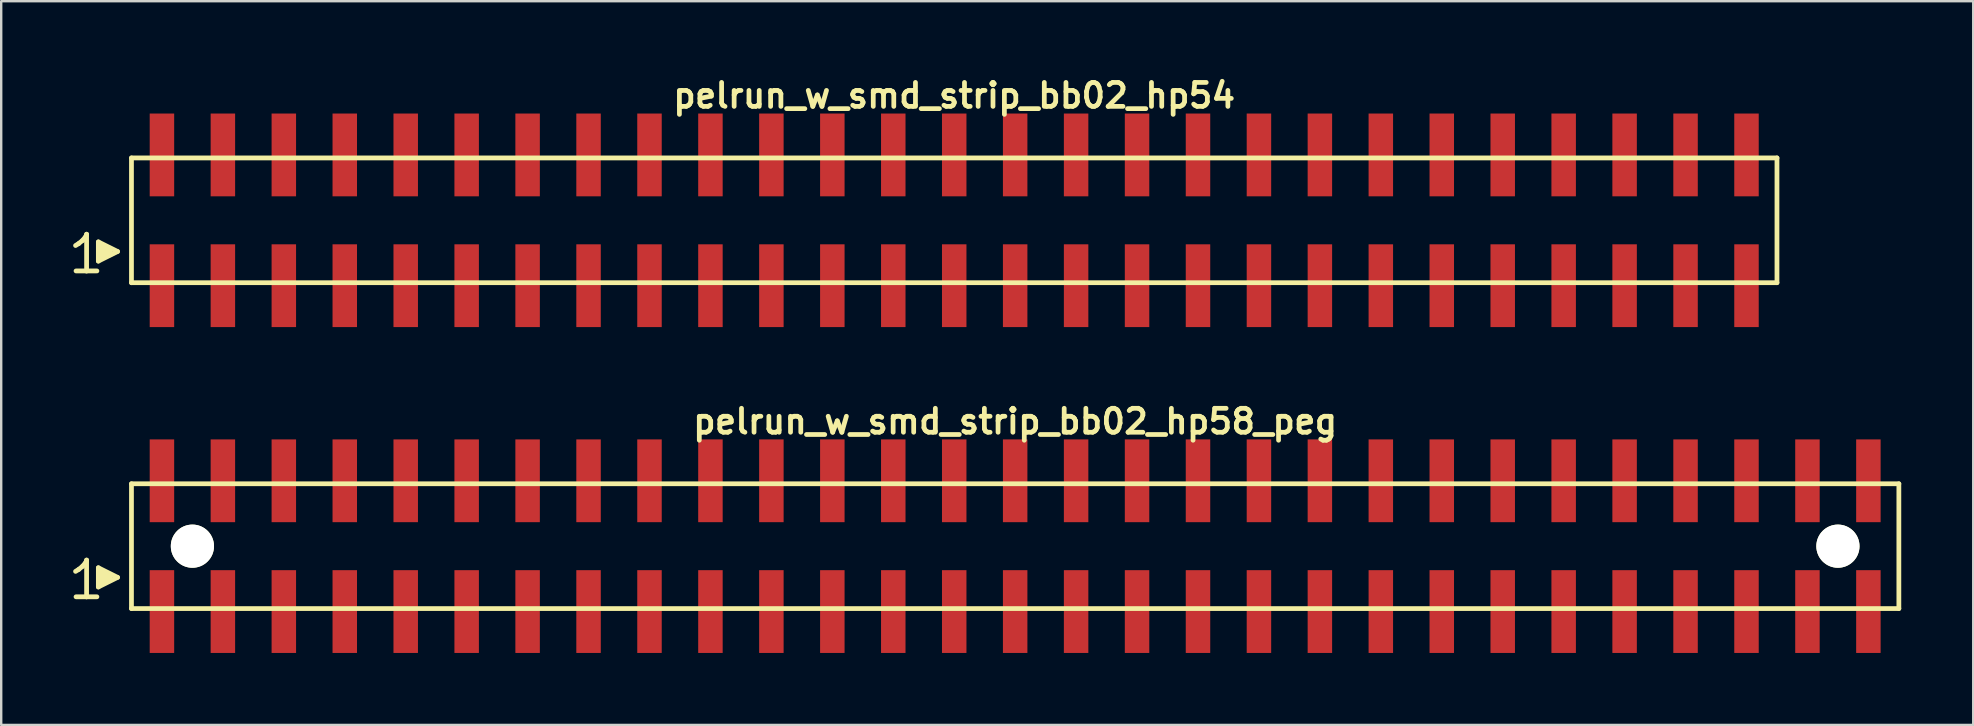
<source format=kicad_pcb>
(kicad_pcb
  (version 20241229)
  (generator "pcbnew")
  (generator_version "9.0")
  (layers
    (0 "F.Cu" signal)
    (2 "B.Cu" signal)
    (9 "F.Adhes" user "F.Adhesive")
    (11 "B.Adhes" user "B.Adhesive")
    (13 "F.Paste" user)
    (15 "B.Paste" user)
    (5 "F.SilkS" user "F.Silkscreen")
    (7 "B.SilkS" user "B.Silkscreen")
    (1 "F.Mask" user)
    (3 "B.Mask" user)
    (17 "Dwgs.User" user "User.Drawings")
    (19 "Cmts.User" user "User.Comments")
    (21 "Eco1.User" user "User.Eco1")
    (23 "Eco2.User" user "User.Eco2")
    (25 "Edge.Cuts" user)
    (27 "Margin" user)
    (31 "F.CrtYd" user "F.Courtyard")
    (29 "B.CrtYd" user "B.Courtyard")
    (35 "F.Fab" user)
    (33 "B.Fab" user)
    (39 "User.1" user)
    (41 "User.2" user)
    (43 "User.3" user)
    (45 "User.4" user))
  (footprint "pelrun_w_smd_strip_bb02_hp58_peg"
    (layer "F.Cu")
    (at 39.259 19.713)
    (property "Reference" "pelrun_w_smd_strip_bb02_hp58_peg" (at 0 -5.2 0) (layer "F.SilkS") (effects (font (size 0.998 0.998) (thickness 0.198))))
    (attr through_hole)
    (fp_line (start -39.16 1.05) (end -39.03 0.97) (stroke (width 0.198) (type solid)) (layer "F.SilkS"))
    (fp_line (start -39.03 0.97) (end -38.87 0.84) (stroke (width 0.198) (type solid)) (layer "F.SilkS"))
    (fp_line (start -38.87 0.84) (end -38.73 0.67) (stroke (width 0.198) (type solid)) (layer "F.SilkS"))
    (fp_line (start -38.73 0.67) (end -38.7 0.58) (stroke (width 0.198) (type solid)) (layer "F.SilkS"))
    (fp_line (start -38.7 0.58) (end -38.7 2.11) (stroke (width 0.198) (type solid)) (layer "F.SilkS"))
    (fp_line (start -38.7 2.11) (end -39.14 2.11) (stroke (width 0.198) (type solid)) (layer "F.SilkS"))
    (fp_line (start -38.27 2.11) (end -38.71 2.11) (stroke (width 0.198) (type solid)) (layer "F.SilkS"))
    (fp_line (start -38.21 0.9) (end -37.41 1.3) (stroke (width 0.198) (type solid)) (layer "F.SilkS"))
    (fp_line (start -38.21 1.7) (end -38.21 0.9) (stroke (width 0.198) (type solid)) (layer "F.SilkS"))
    (fp_line (start -38.11 1.6) (end -38.11 1) (stroke (width 0.198) (type solid)) (layer "F.SilkS"))
    (fp_line (start -38.01 1.1) (end -38.01 1.5) (stroke (width 0.198) (type solid)) (layer "F.SilkS"))
    (fp_line (start -37.91 1.5) (end -37.91 1.1) (stroke (width 0.198) (type solid)) (layer "F.SilkS"))
    (fp_line (start -37.81 1.2) (end -37.81 1.4) (stroke (width 0.198) (type solid)) (layer "F.SilkS"))
    (fp_line (start -37.71 1.4) (end -37.71 1.2) (stroke (width 0.198) (type solid)) (layer "F.SilkS"))
    (fp_line (start -37.41 1.3) (end -38.21 1.7) (stroke (width 0.198) (type solid)) (layer "F.SilkS"))
    (fp_line (start -36.83 -2.6) (end -36.83 2.6) (stroke (width 0.198) (type solid)) (layer "F.SilkS"))
    (fp_line (start -36.83 -2.6) (end 36.83 -2.6) (stroke (width 0.198) (type solid)) (layer "F.SilkS"))
    (fp_line (start 36.83 2.6) (end -36.83 2.6) (stroke (width 0.198) (type solid)) (layer "F.SilkS"))
    (fp_line (start 36.83 2.6) (end 36.83 -2.6) (stroke (width 0.198) (type solid)) (layer "F.SilkS"))
    (pad "" np_thru_hole circle (at -34.29 0) (size 1.8 1.8) (drill 1.8) (layers "*.Cu" "*.Mask" "F.SilkS"))
    (pad "" np_thru_hole circle (at 34.29 0) (size 1.8 1.8) (drill 1.8) (layers "*.Cu" "*.Mask" "F.SilkS"))
    (pad "1" smd rect (at -35.56 2.725) (size 1.02 3.45) (layers "F.Cu" "F.Mask" "F.Paste"))
    (pad "2" smd rect (at -35.56 -2.725) (size 1.02 3.45) (layers "F.Cu" "F.Mask" "F.Paste"))
    (pad "3" smd rect (at -33.02 2.725) (size 1.02 3.45) (layers "F.Cu" "F.Mask" "F.Paste"))
    (pad "4" smd rect (at -33.02 -2.725) (size 1.02 3.45) (layers "F.Cu" "F.Mask" "F.Paste"))
    (pad "5" smd rect (at -30.48 2.725) (size 1.02 3.45) (layers "F.Cu" "F.Mask" "F.Paste"))
    (pad "6" smd rect (at -30.48 -2.725) (size 1.02 3.45) (layers "F.Cu" "F.Mask" "F.Paste"))
    (pad "7" smd rect (at -27.94 2.725) (size 1.02 3.45) (layers "F.Cu" "F.Mask" "F.Paste"))
    (pad "8" smd rect (at -27.94 -2.725) (size 1.02 3.45) (layers "F.Cu" "F.Mask" "F.Paste"))
    (pad "9" smd rect (at -25.4 2.725) (size 1.02 3.45) (layers "F.Cu" "F.Mask" "F.Paste"))
    (pad "10" smd rect (at -25.4 -2.725) (size 1.02 3.45) (layers "F.Cu" "F.Mask" "F.Paste"))
    (pad "11" smd rect (at -22.86 2.725) (size 1.02 3.45) (layers "F.Cu" "F.Mask" "F.Paste"))
    (pad "12" smd rect (at -22.86 -2.725) (size 1.02 3.45) (layers "F.Cu" "F.Mask" "F.Paste"))
    (pad "13" smd rect (at -20.32 2.725) (size 1.02 3.45) (layers "F.Cu" "F.Mask" "F.Paste"))
    (pad "14" smd rect (at -20.32 -2.725) (size 1.02 3.45) (layers "F.Cu" "F.Mask" "F.Paste"))
    (pad "15" smd rect (at -17.78 2.725) (size 1.02 3.45) (layers "F.Cu" "F.Mask" "F.Paste"))
    (pad "16" smd rect (at -17.78 -2.725) (size 1.02 3.45) (layers "F.Cu" "F.Mask" "F.Paste"))
    (pad "17" smd rect (at -15.24 2.725) (size 1.02 3.45) (layers "F.Cu" "F.Mask" "F.Paste"))
    (pad "18" smd rect (at -15.24 -2.725) (size 1.02 3.45) (layers "F.Cu" "F.Mask" "F.Paste"))
    (pad "19" smd rect (at -12.7 2.725) (size 1.02 3.45) (layers "F.Cu" "F.Mask" "F.Paste"))
    (pad "20" smd rect (at -12.7 -2.725) (size 1.02 3.45) (layers "F.Cu" "F.Mask" "F.Paste"))
    (pad "21" smd rect (at -10.16 2.725) (size 1.02 3.45) (layers "F.Cu" "F.Mask" "F.Paste"))
    (pad "22" smd rect (at -10.16 -2.725) (size 1.02 3.45) (layers "F.Cu" "F.Mask" "F.Paste"))
    (pad "23" smd rect (at -7.62 2.725) (size 1.02 3.45) (layers "F.Cu" "F.Mask" "F.Paste"))
    (pad "24" smd rect (at -7.62 -2.725) (size 1.02 3.45) (layers "F.Cu" "F.Mask" "F.Paste"))
    (pad "25" smd rect (at -5.08 2.725) (size 1.02 3.45) (layers "F.Cu" "F.Mask" "F.Paste"))
    (pad "26" smd rect (at -5.08 -2.725) (size 1.02 3.45) (layers "F.Cu" "F.Mask" "F.Paste"))
    (pad "27" smd rect (at -2.54 2.725) (size 1.02 3.45) (layers "F.Cu" "F.Mask" "F.Paste"))
    (pad "28" smd rect (at -2.54 -2.725) (size 1.02 3.45) (layers "F.Cu" "F.Mask" "F.Paste"))
    (pad "29" smd rect (at 0 2.725) (size 1.02 3.45) (layers "F.Cu" "F.Mask" "F.Paste"))
    (pad "30" smd rect (at 0 -2.725) (size 1.02 3.45) (layers "F.Cu" "F.Mask" "F.Paste"))
    (pad "31" smd rect (at 2.54 2.725) (size 1.02 3.45) (layers "F.Cu" "F.Mask" "F.Paste"))
    (pad "32" smd rect (at 2.54 -2.725) (size 1.02 3.45) (layers "F.Cu" "F.Mask" "F.Paste"))
    (pad "33" smd rect (at 5.08 2.725) (size 1.02 3.45) (layers "F.Cu" "F.Mask" "F.Paste"))
    (pad "34" smd rect (at 5.08 -2.725) (size 1.02 3.45) (layers "F.Cu" "F.Mask" "F.Paste"))
    (pad "35" smd rect (at 7.62 2.725) (size 1.02 3.45) (layers "F.Cu" "F.Mask" "F.Paste"))
    (pad "36" smd rect (at 7.62 -2.725) (size 1.02 3.45) (layers "F.Cu" "F.Mask" "F.Paste"))
    (pad "37" smd rect (at 10.16 2.725) (size 1.02 3.45) (layers "F.Cu" "F.Mask" "F.Paste"))
    (pad "38" smd rect (at 10.16 -2.725) (size 1.02 3.45) (layers "F.Cu" "F.Mask" "F.Paste"))
    (pad "39" smd rect (at 12.7 2.725) (size 1.02 3.45) (layers "F.Cu" "F.Mask" "F.Paste"))
    (pad "40" smd rect (at 12.7 -2.725) (size 1.02 3.45) (layers "F.Cu" "F.Mask" "F.Paste"))
    (pad "41" smd rect (at 15.24 2.725) (size 1.02 3.45) (layers "F.Cu" "F.Mask" "F.Paste"))
    (pad "42" smd rect (at 15.24 -2.725) (size 1.02 3.45) (layers "F.Cu" "F.Mask" "F.Paste"))
    (pad "43" smd rect (at 17.78 2.725) (size 1.02 3.45) (layers "F.Cu" "F.Mask" "F.Paste"))
    (pad "44" smd rect (at 17.78 -2.725) (size 1.02 3.45) (layers "F.Cu" "F.Mask" "F.Paste"))
    (pad "45" smd rect (at 20.32 2.725) (size 1.02 3.45) (layers "F.Cu" "F.Mask" "F.Paste"))
    (pad "46" smd rect (at 20.32 -2.725) (size 1.02 3.45) (layers "F.Cu" "F.Mask" "F.Paste"))
    (pad "47" smd rect (at 22.86 2.725) (size 1.02 3.45) (layers "F.Cu" "F.Mask" "F.Paste"))
    (pad "48" smd rect (at 22.86 -2.725) (size 1.02 3.45) (layers "F.Cu" "F.Mask" "F.Paste"))
    (pad "49" smd rect (at 25.4 2.725) (size 1.02 3.45) (layers "F.Cu" "F.Mask" "F.Paste"))
    (pad "50" smd rect (at 25.4 -2.725) (size 1.02 3.45) (layers "F.Cu" "F.Mask" "F.Paste"))
    (pad "51" smd rect (at 27.94 2.725) (size 1.02 3.45) (layers "F.Cu" "F.Mask" "F.Paste"))
    (pad "52" smd rect (at 27.94 -2.725) (size 1.02 3.45) (layers "F.Cu" "F.Mask" "F.Paste"))
    (pad "53" smd rect (at 30.48 2.725) (size 1.02 3.45) (layers "F.Cu" "F.Mask" "F.Paste"))
    (pad "54" smd rect (at 30.48 -2.725) (size 1.02 3.45) (layers "F.Cu" "F.Mask" "F.Paste"))
    (pad "55" smd rect (at 33.02 2.725) (size 1.02 3.45) (layers "F.Cu" "F.Mask" "F.Paste"))
    (pad "56" smd rect (at 33.02 -2.725) (size 1.02 3.45) (layers "F.Cu" "F.Mask" "F.Paste"))
    (pad "57" smd rect (at 35.56 2.725) (size 1.02 3.45) (layers "F.Cu" "F.Mask" "F.Paste"))
    (pad "58" smd rect (at 35.56 -2.725) (size 1.02 3.45) (layers "F.Cu" "F.Mask" "F.Paste")))
  (footprint "pelrun_w_smd_strip_bb02_hp54"
    (layer "F.Cu")
    (at 36.719 6.132)
    (property "Reference" "pelrun_w_smd_strip_bb02_hp54" (at 0 -5.2 0) (layer "F.SilkS") (effects (font (size 0.998 0.998) (thickness 0.198))))
    (attr through_hole)
    (fp_line (start -36.62 1.05) (end -36.49 0.97) (stroke (width 0.198) (type solid)) (layer "F.SilkS"))
    (fp_line (start -36.49 0.97) (end -36.33 0.84) (stroke (width 0.198) (type solid)) (layer "F.SilkS"))
    (fp_line (start -36.33 0.84) (end -36.19 0.67) (stroke (width 0.198) (type solid)) (layer "F.SilkS"))
    (fp_line (start -36.19 0.67) (end -36.16 0.58) (stroke (width 0.198) (type solid)) (layer "F.SilkS"))
    (fp_line (start -36.16 0.58) (end -36.16 2.11) (stroke (width 0.198) (type solid)) (layer "F.SilkS"))
    (fp_line (start -36.16 2.11) (end -36.6 2.11) (stroke (width 0.198) (type solid)) (layer "F.SilkS"))
    (fp_line (start -35.73 2.11) (end -36.17 2.11) (stroke (width 0.198) (type solid)) (layer "F.SilkS"))
    (fp_line (start -35.67 0.9) (end -34.87 1.3) (stroke (width 0.198) (type solid)) (layer "F.SilkS"))
    (fp_line (start -35.67 1.7) (end -35.67 0.9) (stroke (width 0.198) (type solid)) (layer "F.SilkS"))
    (fp_line (start -35.57 1.6) (end -35.57 1) (stroke (width 0.198) (type solid)) (layer "F.SilkS"))
    (fp_line (start -35.47 1.1) (end -35.47 1.5) (stroke (width 0.198) (type solid)) (layer "F.SilkS"))
    (fp_line (start -35.37 1.5) (end -35.37 1.1) (stroke (width 0.198) (type solid)) (layer "F.SilkS"))
    (fp_line (start -35.27 1.2) (end -35.27 1.4) (stroke (width 0.198) (type solid)) (layer "F.SilkS"))
    (fp_line (start -35.17 1.4) (end -35.17 1.2) (stroke (width 0.198) (type solid)) (layer "F.SilkS"))
    (fp_line (start -34.87 1.3) (end -35.67 1.7) (stroke (width 0.198) (type solid)) (layer "F.SilkS"))
    (fp_line (start -34.29 -2.6) (end -34.29 2.6) (stroke (width 0.198) (type solid)) (layer "F.SilkS"))
    (fp_line (start -34.29 -2.6) (end 34.29 -2.6) (stroke (width 0.198) (type solid)) (layer "F.SilkS"))
    (fp_line (start 34.29 2.6) (end -34.29 2.6) (stroke (width 0.198) (type solid)) (layer "F.SilkS"))
    (fp_line (start 34.29 2.6) (end 34.29 -2.6) (stroke (width 0.198) (type solid)) (layer "F.SilkS"))
    (pad "1" smd rect (at -33.02 2.725) (size 1.02 3.45) (layers "F.Cu" "F.Mask" "F.Paste"))
    (pad "2" smd rect (at -33.02 -2.725) (size 1.02 3.45) (layers "F.Cu" "F.Mask" "F.Paste"))
    (pad "3" smd rect (at -30.48 2.725) (size 1.02 3.45) (layers "F.Cu" "F.Mask" "F.Paste"))
    (pad "4" smd rect (at -30.48 -2.725) (size 1.02 3.45) (layers "F.Cu" "F.Mask" "F.Paste"))
    (pad "5" smd rect (at -27.94 2.725) (size 1.02 3.45) (layers "F.Cu" "F.Mask" "F.Paste"))
    (pad "6" smd rect (at -27.94 -2.725) (size 1.02 3.45) (layers "F.Cu" "F.Mask" "F.Paste"))
    (pad "7" smd rect (at -25.4 2.725) (size 1.02 3.45) (layers "F.Cu" "F.Mask" "F.Paste"))
    (pad "8" smd rect (at -25.4 -2.725) (size 1.02 3.45) (layers "F.Cu" "F.Mask" "F.Paste"))
    (pad "9" smd rect (at -22.86 2.725) (size 1.02 3.45) (layers "F.Cu" "F.Mask" "F.Paste"))
    (pad "10" smd rect (at -22.86 -2.725) (size 1.02 3.45) (layers "F.Cu" "F.Mask" "F.Paste"))
    (pad "11" smd rect (at -20.32 2.725) (size 1.02 3.45) (layers "F.Cu" "F.Mask" "F.Paste"))
    (pad "12" smd rect (at -20.32 -2.725) (size 1.02 3.45) (layers "F.Cu" "F.Mask" "F.Paste"))
    (pad "13" smd rect (at -17.78 2.725) (size 1.02 3.45) (layers "F.Cu" "F.Mask" "F.Paste"))
    (pad "14" smd rect (at -17.78 -2.725) (size 1.02 3.45) (layers "F.Cu" "F.Mask" "F.Paste"))
    (pad "15" smd rect (at -15.24 2.725) (size 1.02 3.45) (layers "F.Cu" "F.Mask" "F.Paste"))
    (pad "16" smd rect (at -15.24 -2.725) (size 1.02 3.45) (layers "F.Cu" "F.Mask" "F.Paste"))
    (pad "17" smd rect (at -12.7 2.725) (size 1.02 3.45) (layers "F.Cu" "F.Mask" "F.Paste"))
    (pad "18" smd rect (at -12.7 -2.725) (size 1.02 3.45) (layers "F.Cu" "F.Mask" "F.Paste"))
    (pad "19" smd rect (at -10.16 2.725) (size 1.02 3.45) (layers "F.Cu" "F.Mask" "F.Paste"))
    (pad "20" smd rect (at -10.16 -2.725) (size 1.02 3.45) (layers "F.Cu" "F.Mask" "F.Paste"))
    (pad "21" smd rect (at -7.62 2.725) (size 1.02 3.45) (layers "F.Cu" "F.Mask" "F.Paste"))
    (pad "22" smd rect (at -7.62 -2.725) (size 1.02 3.45) (layers "F.Cu" "F.Mask" "F.Paste"))
    (pad "23" smd rect (at -5.08 2.725) (size 1.02 3.45) (layers "F.Cu" "F.Mask" "F.Paste"))
    (pad "24" smd rect (at -5.08 -2.725) (size 1.02 3.45) (layers "F.Cu" "F.Mask" "F.Paste"))
    (pad "25" smd rect (at -2.54 2.725) (size 1.02 3.45) (layers "F.Cu" "F.Mask" "F.Paste"))
    (pad "26" smd rect (at -2.54 -2.725) (size 1.02 3.45) (layers "F.Cu" "F.Mask" "F.Paste"))
    (pad "27" smd rect (at 0 2.725) (size 1.02 3.45) (layers "F.Cu" "F.Mask" "F.Paste"))
    (pad "28" smd rect (at 0 -2.725) (size 1.02 3.45) (layers "F.Cu" "F.Mask" "F.Paste"))
    (pad "29" smd rect (at 2.54 2.725) (size 1.02 3.45) (layers "F.Cu" "F.Mask" "F.Paste"))
    (pad "30" smd rect (at 2.54 -2.725) (size 1.02 3.45) (layers "F.Cu" "F.Mask" "F.Paste"))
    (pad "31" smd rect (at 5.08 2.725) (size 1.02 3.45) (layers "F.Cu" "F.Mask" "F.Paste"))
    (pad "32" smd rect (at 5.08 -2.725) (size 1.02 3.45) (layers "F.Cu" "F.Mask" "F.Paste"))
    (pad "33" smd rect (at 7.62 2.725) (size 1.02 3.45) (layers "F.Cu" "F.Mask" "F.Paste"))
    (pad "34" smd rect (at 7.62 -2.725) (size 1.02 3.45) (layers "F.Cu" "F.Mask" "F.Paste"))
    (pad "35" smd rect (at 10.16 2.725) (size 1.02 3.45) (layers "F.Cu" "F.Mask" "F.Paste"))
    (pad "36" smd rect (at 10.16 -2.725) (size 1.02 3.45) (layers "F.Cu" "F.Mask" "F.Paste"))
    (pad "37" smd rect (at 12.7 2.725) (size 1.02 3.45) (layers "F.Cu" "F.Mask" "F.Paste"))
    (pad "38" smd rect (at 12.7 -2.725) (size 1.02 3.45) (layers "F.Cu" "F.Mask" "F.Paste"))
    (pad "39" smd rect (at 15.24 2.725) (size 1.02 3.45) (layers "F.Cu" "F.Mask" "F.Paste"))
    (pad "40" smd rect (at 15.24 -2.725) (size 1.02 3.45) (layers "F.Cu" "F.Mask" "F.Paste"))
    (pad "41" smd rect (at 17.78 2.725) (size 1.02 3.45) (layers "F.Cu" "F.Mask" "F.Paste"))
    (pad "42" smd rect (at 17.78 -2.725) (size 1.02 3.45) (layers "F.Cu" "F.Mask" "F.Paste"))
    (pad "43" smd rect (at 20.32 2.725) (size 1.02 3.45) (layers "F.Cu" "F.Mask" "F.Paste"))
    (pad "44" smd rect (at 20.32 -2.725) (size 1.02 3.45) (layers "F.Cu" "F.Mask" "F.Paste"))
    (pad "45" smd rect (at 22.86 2.725) (size 1.02 3.45) (layers "F.Cu" "F.Mask" "F.Paste"))
    (pad "46" smd rect (at 22.86 -2.725) (size 1.02 3.45) (layers "F.Cu" "F.Mask" "F.Paste"))
    (pad "47" smd rect (at 25.4 2.725) (size 1.02 3.45) (layers "F.Cu" "F.Mask" "F.Paste"))
    (pad "48" smd rect (at 25.4 -2.725) (size 1.02 3.45) (layers "F.Cu" "F.Mask" "F.Paste"))
    (pad "49" smd rect (at 27.94 2.725) (size 1.02 3.45) (layers "F.Cu" "F.Mask" "F.Paste"))
    (pad "50" smd rect (at 27.94 -2.725) (size 1.02 3.45) (layers "F.Cu" "F.Mask" "F.Paste"))
    (pad "51" smd rect (at 30.48 2.725) (size 1.02 3.45) (layers "F.Cu" "F.Mask" "F.Paste"))
    (pad "52" smd rect (at 30.48 -2.725) (size 1.02 3.45) (layers "F.Cu" "F.Mask" "F.Paste"))
    (pad "53" smd rect (at 33.02 2.725) (size 1.02 3.45) (layers "F.Cu" "F.Mask" "F.Paste"))
    (pad "54" smd rect (at 33.02 -2.725) (size 1.02 3.45) (layers "F.Cu" "F.Mask" "F.Paste")))
  (gr_rect
    (start -3 -3)
    (end 79.188 27.163)
    (stroke (width 0.1) (type default))
    (fill no)
    (layer "Edge.Cuts")))
</source>
